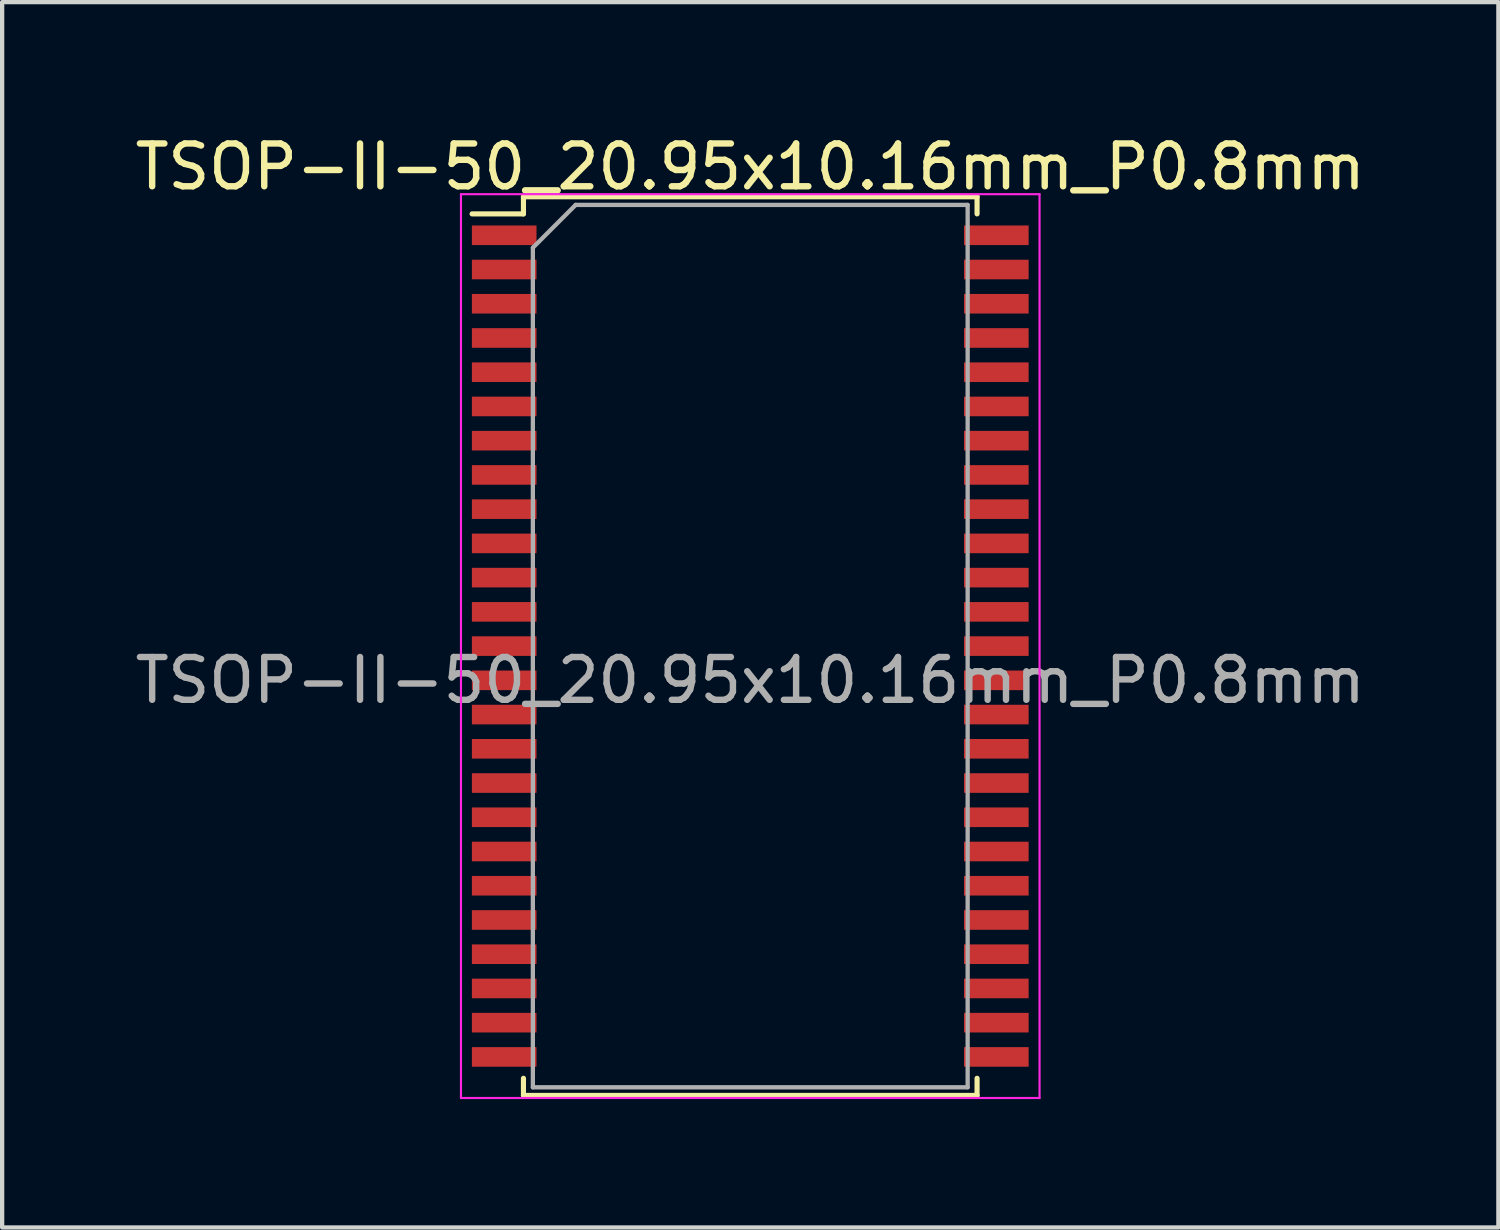
<source format=kicad_pcb>
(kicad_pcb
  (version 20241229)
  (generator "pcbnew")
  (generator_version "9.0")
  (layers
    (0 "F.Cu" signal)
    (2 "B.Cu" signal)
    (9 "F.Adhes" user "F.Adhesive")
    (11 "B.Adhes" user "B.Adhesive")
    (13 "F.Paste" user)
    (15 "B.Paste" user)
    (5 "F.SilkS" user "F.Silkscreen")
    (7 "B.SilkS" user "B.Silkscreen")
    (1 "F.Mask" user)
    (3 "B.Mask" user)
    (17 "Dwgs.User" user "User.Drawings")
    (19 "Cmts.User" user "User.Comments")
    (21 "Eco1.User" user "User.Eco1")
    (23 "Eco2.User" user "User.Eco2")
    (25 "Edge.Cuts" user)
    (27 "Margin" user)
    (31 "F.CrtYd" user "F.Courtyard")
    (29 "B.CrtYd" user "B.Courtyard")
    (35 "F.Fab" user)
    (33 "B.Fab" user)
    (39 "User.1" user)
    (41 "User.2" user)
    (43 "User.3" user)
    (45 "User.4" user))
  (footprint "TSOP-II-50_20.95x10.16mm_P0.8mm"
    (layer "F.Cu")
    (at 14.482 12.048)
    (property "Reference" "TSOP-II-50_20.95x10.16mm_P0.8mm" (at 0 -11.2 0) (layer "F.SilkS") (effects (font (size 1 1) (thickness 0.15))))
    (attr smd)
    (fp_line (start -6.5 -10.1) (end -5.3 -10.1) (stroke (width 0.12) (type solid)) (layer "F.SilkS"))
    (fp_line (start -5.3 -10.5) (end 5.3 -10.5) (stroke (width 0.12) (type solid)) (layer "F.SilkS"))
    (fp_line (start -5.3 -10.1) (end -5.3 -10.5) (stroke (width 0.12) (type solid)) (layer "F.SilkS"))
    (fp_line (start -5.3 10.5) (end -5.3 10.1) (stroke (width 0.12) (type solid)) (layer "F.SilkS"))
    (fp_line (start -5.3 10.5) (end 5.3 10.5) (stroke (width 0.12) (type solid)) (layer "F.SilkS"))
    (fp_line (start 5.3 -10.5) (end 5.3 -10.1) (stroke (width 0.12) (type solid)) (layer "F.SilkS"))
    (fp_line (start 5.3 10.5) (end 5.3 10.1) (stroke (width 0.12) (type solid)) (layer "F.SilkS"))
    (fp_line (start -6.76 -10.56) (end -6.76 10.56) (stroke (width 0.05) (type solid)) (layer "F.CrtYd"))
    (fp_line (start -6.76 -10.56) (end 6.76 -10.56) (stroke (width 0.05) (type solid)) (layer "F.CrtYd"))
    (fp_line (start 6.76 -10.56) (end 6.76 10.56) (stroke (width 0.05) (type solid)) (layer "F.CrtYd"))
    (fp_line (start 6.76 10.56) (end -6.76 10.56) (stroke (width 0.05) (type solid)) (layer "F.CrtYd"))
    (fp_line (start -5.08 10.31) (end -5.08 -9.31) (stroke (width 0.1) (type solid)) (layer "F.Fab"))
    (fp_line (start -4.08 -10.31) (end -5.08 -9.31) (stroke (width 0.1) (type solid)) (layer "F.Fab"))
    (fp_line (start -4.08 -10.31) (end 5.08 -10.31) (stroke (width 0.1) (type solid)) (layer "F.Fab"))
    (fp_line (start 5.08 -10.31) (end 5.08 10.31) (stroke (width 0.1) (type solid)) (layer "F.Fab"))
    (fp_line (start 5.08 10.31) (end -5.08 10.31) (stroke (width 0.1) (type solid)) (layer "F.Fab"))
    (fp_text user "${REFERENCE}" (at 0 0.8 0) (layer "F.Fab") (effects (font (size 1 1) (thickness 0.15))))
    (pad "1" smd rect (at -5.75 -9.6) (size 1.51 0.458) (layers "F.Cu" "F.Mask" "F.Paste"))
    (pad "2" smd rect (at -5.75 -8.8) (size 1.51 0.458) (layers "F.Cu" "F.Mask" "F.Paste"))
    (pad "3" smd rect (at -5.75 -8) (size 1.51 0.458) (layers "F.Cu" "F.Mask" "F.Paste"))
    (pad "4" smd rect (at -5.75 -7.2) (size 1.51 0.458) (layers "F.Cu" "F.Mask" "F.Paste"))
    (pad "5" smd rect (at -5.75 -6.4) (size 1.51 0.458) (layers "F.Cu" "F.Mask" "F.Paste"))
    (pad "6" smd rect (at -5.75 -5.6) (size 1.51 0.458) (layers "F.Cu" "F.Mask" "F.Paste"))
    (pad "7" smd rect (at -5.75 -4.8) (size 1.51 0.458) (layers "F.Cu" "F.Mask" "F.Paste"))
    (pad "8" smd rect (at -5.75 -4) (size 1.51 0.458) (layers "F.Cu" "F.Mask" "F.Paste"))
    (pad "9" smd rect (at -5.75 -3.2) (size 1.51 0.458) (layers "F.Cu" "F.Mask" "F.Paste"))
    (pad "10" smd rect (at -5.75 -2.4) (size 1.51 0.458) (layers "F.Cu" "F.Mask" "F.Paste"))
    (pad "11" smd rect (at -5.75 -1.6) (size 1.51 0.458) (layers "F.Cu" "F.Mask" "F.Paste"))
    (pad "12" smd rect (at -5.75 -0.8) (size 1.51 0.458) (layers "F.Cu" "F.Mask" "F.Paste"))
    (pad "13" smd rect (at -5.75 0) (size 1.51 0.458) (layers "F.Cu" "F.Mask" "F.Paste"))
    (pad "14" smd rect (at -5.75 0.8) (size 1.51 0.458) (layers "F.Cu" "F.Mask" "F.Paste"))
    (pad "15" smd rect (at -5.75 1.6) (size 1.51 0.458) (layers "F.Cu" "F.Mask" "F.Paste"))
    (pad "16" smd rect (at -5.75 2.4) (size 1.51 0.458) (layers "F.Cu" "F.Mask" "F.Paste"))
    (pad "17" smd rect (at -5.75 3.2) (size 1.51 0.458) (layers "F.Cu" "F.Mask" "F.Paste"))
    (pad "18" smd rect (at -5.75 4) (size 1.51 0.458) (layers "F.Cu" "F.Mask" "F.Paste"))
    (pad "19" smd rect (at -5.75 4.8) (size 1.51 0.458) (layers "F.Cu" "F.Mask" "F.Paste"))
    (pad "20" smd rect (at -5.75 5.6) (size 1.51 0.458) (layers "F.Cu" "F.Mask" "F.Paste"))
    (pad "21" smd rect (at -5.75 6.4) (size 1.51 0.458) (layers "F.Cu" "F.Mask" "F.Paste"))
    (pad "22" smd rect (at -5.75 7.2) (size 1.51 0.458) (layers "F.Cu" "F.Mask" "F.Paste"))
    (pad "23" smd rect (at -5.75 8) (size 1.51 0.458) (layers "F.Cu" "F.Mask" "F.Paste"))
    (pad "24" smd rect (at -5.75 8.8) (size 1.51 0.458) (layers "F.Cu" "F.Mask" "F.Paste"))
    (pad "25" smd rect (at -5.75 9.6) (size 1.51 0.458) (layers "F.Cu" "F.Mask" "F.Paste"))
    (pad "26" smd rect (at 5.75 9.6) (size 1.51 0.458) (layers "F.Cu" "F.Mask" "F.Paste"))
    (pad "27" smd rect (at 5.75 8.8) (size 1.51 0.458) (layers "F.Cu" "F.Mask" "F.Paste"))
    (pad "28" smd rect (at 5.75 8) (size 1.51 0.458) (layers "F.Cu" "F.Mask" "F.Paste"))
    (pad "29" smd rect (at 5.75 7.2) (size 1.51 0.458) (layers "F.Cu" "F.Mask" "F.Paste"))
    (pad "30" smd rect (at 5.75 6.4) (size 1.51 0.458) (layers "F.Cu" "F.Mask" "F.Paste"))
    (pad "31" smd rect (at 5.75 5.6) (size 1.51 0.458) (layers "F.Cu" "F.Mask" "F.Paste"))
    (pad "32" smd rect (at 5.75 4.8) (size 1.51 0.458) (layers "F.Cu" "F.Mask" "F.Paste"))
    (pad "33" smd rect (at 5.75 4) (size 1.51 0.458) (layers "F.Cu" "F.Mask" "F.Paste"))
    (pad "34" smd rect (at 5.75 3.2) (size 1.51 0.458) (layers "F.Cu" "F.Mask" "F.Paste"))
    (pad "35" smd rect (at 5.75 2.4) (size 1.51 0.458) (layers "F.Cu" "F.Mask" "F.Paste"))
    (pad "36" smd rect (at 5.75 1.6) (size 1.51 0.458) (layers "F.Cu" "F.Mask" "F.Paste"))
    (pad "37" smd rect (at 5.75 0.8) (size 1.51 0.458) (layers "F.Cu" "F.Mask" "F.Paste"))
    (pad "38" smd rect (at 5.75 0) (size 1.51 0.458) (layers "F.Cu" "F.Mask" "F.Paste"))
    (pad "39" smd rect (at 5.75 -0.8) (size 1.51 0.458) (layers "F.Cu" "F.Mask" "F.Paste"))
    (pad "40" smd rect (at 5.75 -1.6) (size 1.51 0.458) (layers "F.Cu" "F.Mask" "F.Paste"))
    (pad "41" smd rect (at 5.75 -2.4) (size 1.51 0.458) (layers "F.Cu" "F.Mask" "F.Paste"))
    (pad "42" smd rect (at 5.75 -3.2) (size 1.51 0.458) (layers "F.Cu" "F.Mask" "F.Paste"))
    (pad "43" smd rect (at 5.75 -4) (size 1.51 0.458) (layers "F.Cu" "F.Mask" "F.Paste"))
    (pad "44" smd rect (at 5.75 -4.8) (size 1.51 0.458) (layers "F.Cu" "F.Mask" "F.Paste"))
    (pad "45" smd rect (at 5.75 -5.6) (size 1.51 0.458) (layers "F.Cu" "F.Mask" "F.Paste"))
    (pad "46" smd rect (at 5.75 -6.4) (size 1.51 0.458) (layers "F.Cu" "F.Mask" "F.Paste"))
    (pad "47" smd rect (at 5.75 -7.2) (size 1.51 0.458) (layers "F.Cu" "F.Mask" "F.Paste"))
    (pad "48" smd rect (at 5.75 -8) (size 1.51 0.458) (layers "F.Cu" "F.Mask" "F.Paste"))
    (pad "49" smd rect (at 5.75 -8.8) (size 1.51 0.458) (layers "F.Cu" "F.Mask" "F.Paste"))
    (pad "50" smd rect (at 5.75 -9.6) (size 1.51 0.458) (layers "F.Cu" "F.Mask" "F.Paste")))
  (gr_rect
    (start -3 -3)
    (end 31.964 25.633)
    (stroke (width 0.1) (type default))
    (fill no)
    (layer "Edge.Cuts")))
</source>
